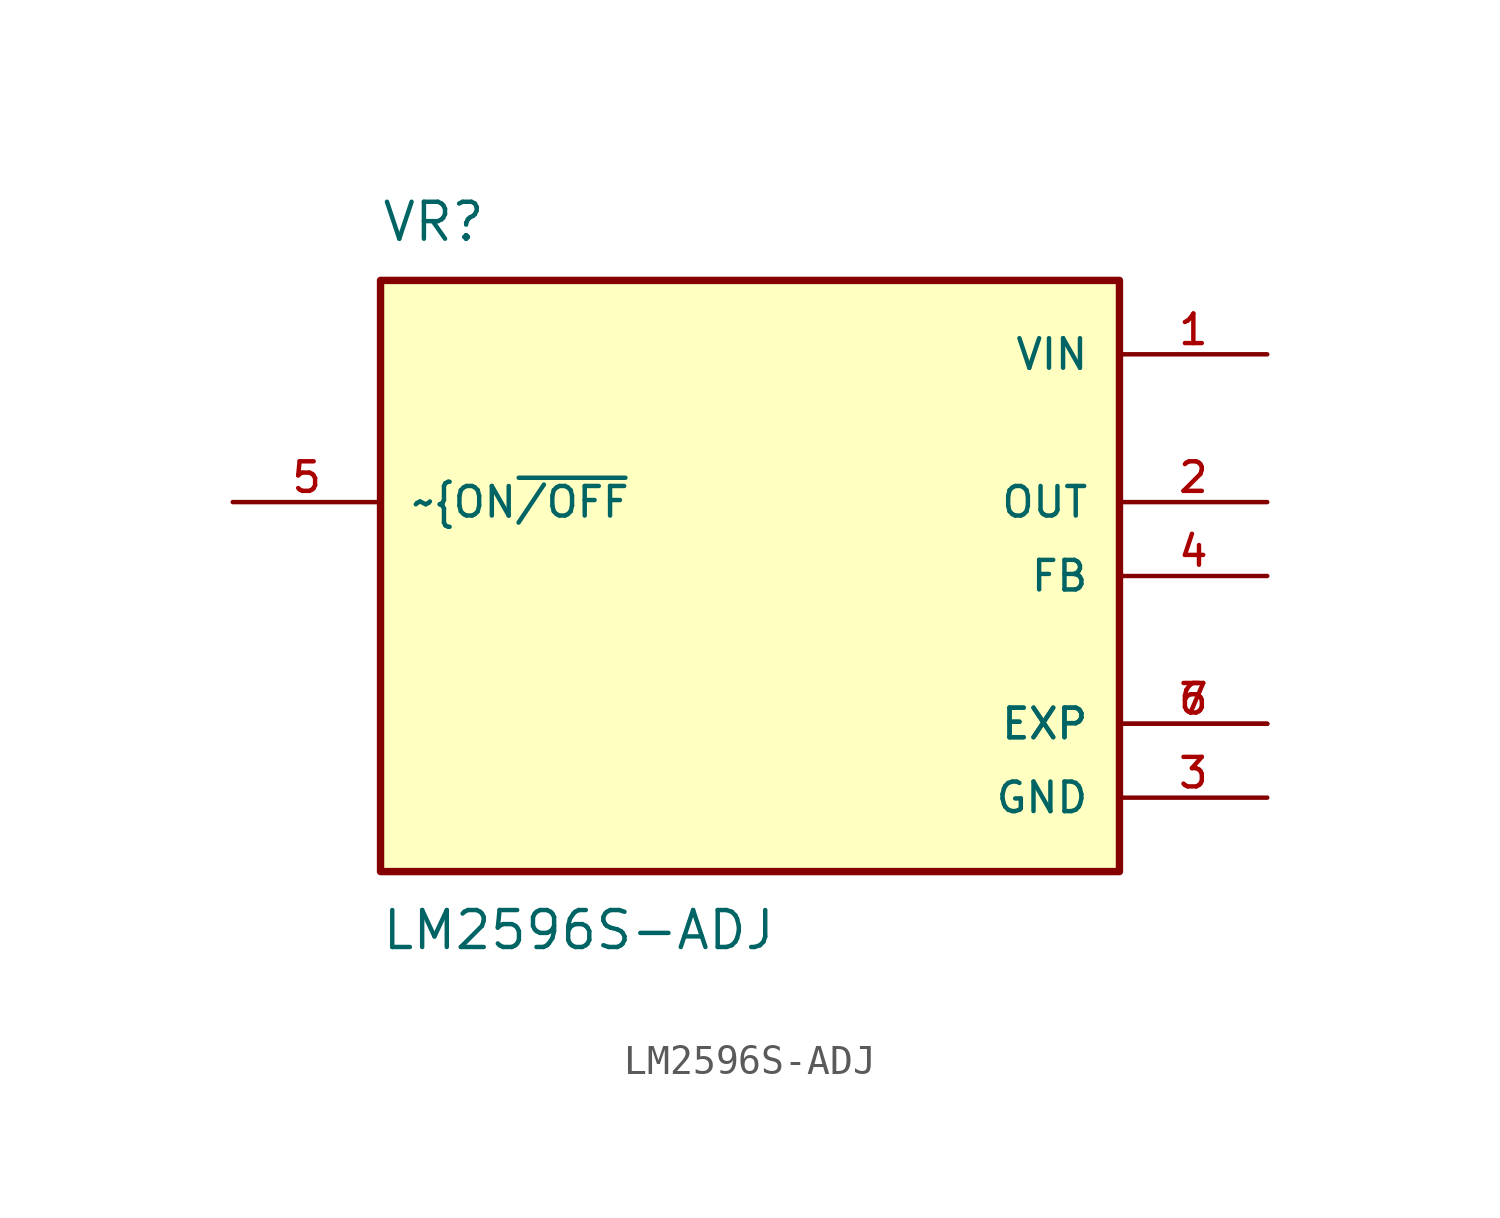
<source format=kicad_sym>
(kicad_symbol_lib
  (version 20211014)
  (generator kicad_symbol_editor)
  (symbol "LM2596S-ADJ"
    (pin_names
      (offset 1.016))
    (property "Reference" "VR"
      (at -12.7 11.43 0)
      (effects (font (size 1.27 1.27)) (justify bottom left)))
    (property "Value" "LM2596S-ADJ"
      (at -12.7 -11.43 0.0)
      (effects (font (size 1.27 1.27)) (justify top left)))
    (symbol "LM2596S-ADJ_0_0"
      (rectangle (start -12.7 -10.16) (end 12.7 10.16) (stroke (width 0.254)) (fill (type background)))
      (pin power_in line (at 17.78 7.62 180.0) (length 5.08) (name "VIN" (effects (font (size 1.016 1.016)))) (number "1" (effects (font (size 1.016 1.016)))))
      (pin power_in line (at 17.78 -5.08 180.0) (length 5.08) (name "EXP" (effects (font (size 1.016 1.016)))) (number "6" (effects (font (size 1.016 1.016)))))
      (pin power_in line (at 17.78 -5.08 180.0) (length 5.08) (name "EXP" (effects (font (size 1.016 1.016)))) (number "7" (effects (font (size 1.016 1.016)))))
      (pin output line (at 17.78 2.54 180.0) (length 5.08) (name "OUT" (effects (font (size 1.016 1.016)))) (number "2" (effects (font (size 1.016 1.016)))))
      (pin input line (at -17.78 2.54 0) (length 5.08) (name "~{ON~{/OFF}" (effects (font (size 1.016 1.016)))) (number "5" (effects (font (size 1.016 1.016)))))
      (pin input line (at 17.78 0.0 180.0) (length 5.08) (name "FB" (effects (font (size 1.016 1.016)))) (number "4" (effects (font (size 1.016 1.016)))))
      (pin power_in line (at 17.78 -7.62 180.0) (length 5.08) (name "GND" (effects (font (size 1.016 1.016)))) (number "3" (effects (font (size 1.016 1.016))))))))
</source>
